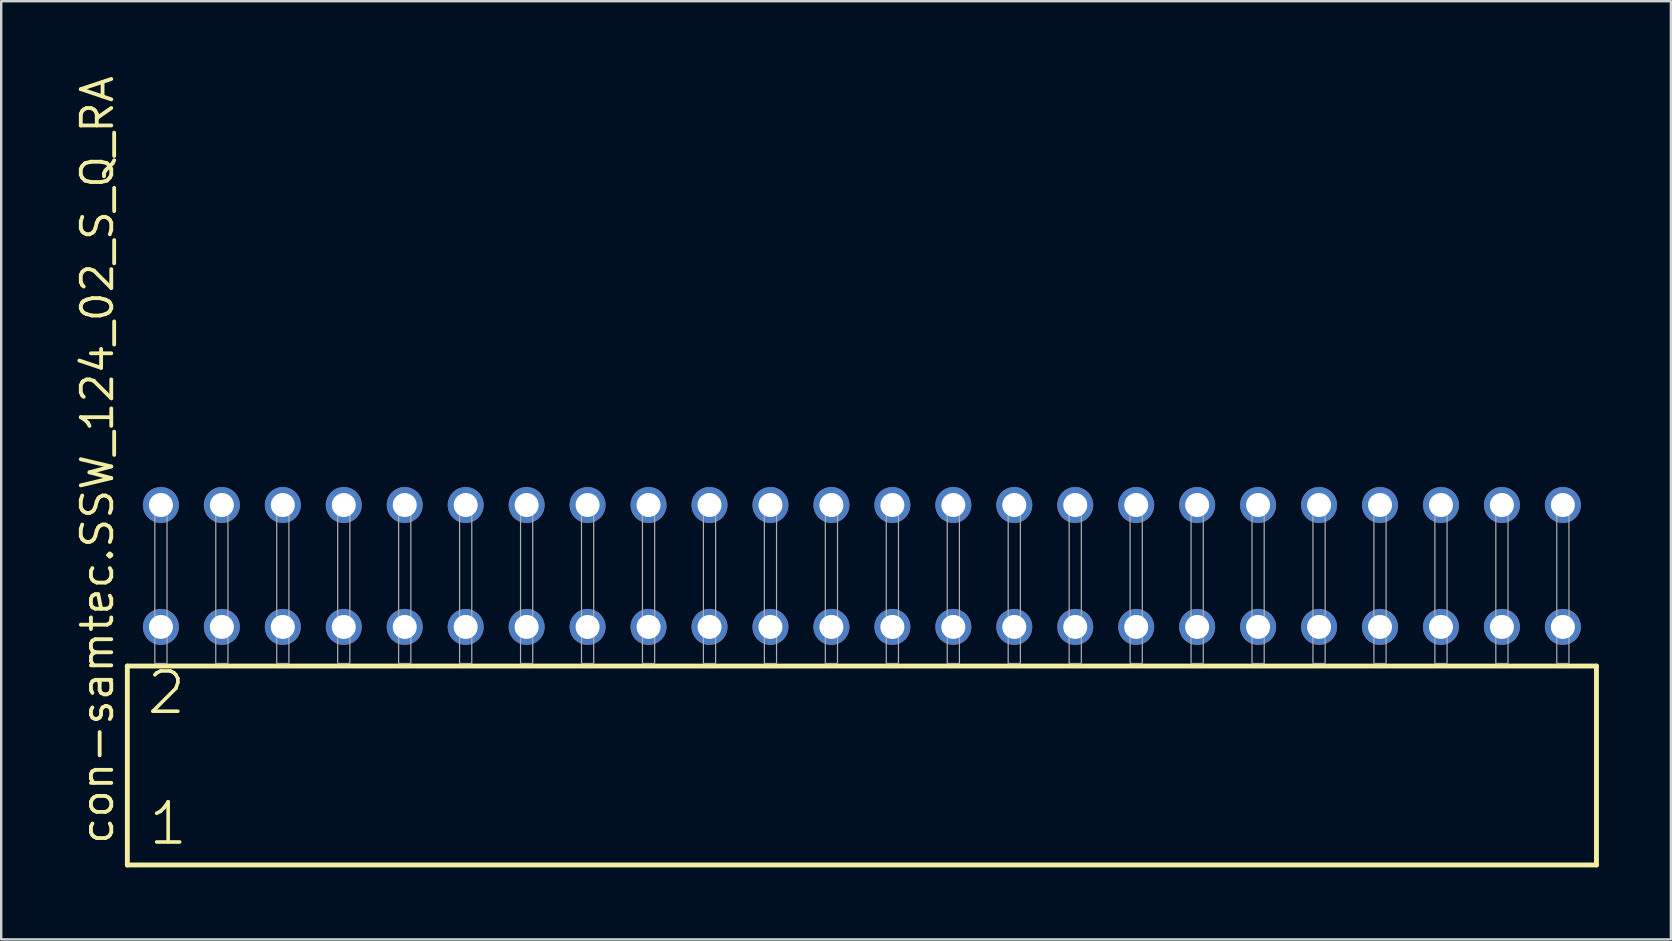
<source format=kicad_pcb>
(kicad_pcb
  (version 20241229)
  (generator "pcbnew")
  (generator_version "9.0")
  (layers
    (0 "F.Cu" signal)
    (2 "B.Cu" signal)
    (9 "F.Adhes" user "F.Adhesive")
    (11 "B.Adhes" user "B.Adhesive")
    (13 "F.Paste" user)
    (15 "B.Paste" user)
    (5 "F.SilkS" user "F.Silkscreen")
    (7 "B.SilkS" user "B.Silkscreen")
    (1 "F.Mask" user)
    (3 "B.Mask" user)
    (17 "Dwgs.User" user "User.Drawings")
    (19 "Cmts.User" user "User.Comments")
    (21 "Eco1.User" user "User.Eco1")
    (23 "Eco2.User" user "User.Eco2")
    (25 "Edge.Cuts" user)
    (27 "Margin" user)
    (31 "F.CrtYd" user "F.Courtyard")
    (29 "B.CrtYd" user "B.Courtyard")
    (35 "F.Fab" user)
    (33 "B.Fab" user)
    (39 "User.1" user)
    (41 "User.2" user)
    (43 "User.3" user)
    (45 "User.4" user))
  (footprint "con-samtec.SSW_124_02_S_Q_RA"
    (layer "F.Cu")
    (at 32.865 24.598)
    (property "Reference" "con-samtec.SSW_124_02_S_Q_RA" (at -31.115 7.62 90) (layer "F.SilkS") (effects (font (size 1.27 1.27) (thickness 0.16)) (justify left bottom)))
    (attr through_hole)
    (fp_line (start -30.609 0.106) (end -30.609 8.396) (stroke (width 0.203) (type default)) (layer "F.SilkS"))
    (fp_line (start -30.609 8.396) (end 30.609 8.396) (stroke (width 0.203) (type default)) (layer "F.SilkS"))
    (fp_line (start 30.609 0.106) (end -30.609 0.106) (stroke (width 0.203) (type default)) (layer "F.SilkS"))
    (fp_line (start 30.609 8.396) (end 30.609 0.106) (stroke (width 0.203) (type default)) (layer "F.SilkS"))
    (fp_rect (start -29.464 0) (end -28.956 -6.858) (stroke (width 0.05) (type default)) (fill no) (layer "F.Fab"))
    (fp_rect (start -26.924 0) (end -26.416 -6.858) (stroke (width 0.05) (type default)) (fill no) (layer "F.Fab"))
    (fp_rect (start -24.384 0) (end -23.876 -6.858) (stroke (width 0.05) (type default)) (fill no) (layer "F.Fab"))
    (fp_rect (start -21.844 0) (end -21.336 -6.858) (stroke (width 0.05) (type default)) (fill no) (layer "F.Fab"))
    (fp_rect (start -19.304 0) (end -18.796 -6.858) (stroke (width 0.05) (type default)) (fill no) (layer "F.Fab"))
    (fp_rect (start -16.764 0) (end -16.256 -6.858) (stroke (width 0.05) (type default)) (fill no) (layer "F.Fab"))
    (fp_rect (start -14.224 0) (end -13.716 -6.858) (stroke (width 0.05) (type default)) (fill no) (layer "F.Fab"))
    (fp_rect (start -11.684 0) (end -11.176 -6.858) (stroke (width 0.05) (type default)) (fill no) (layer "F.Fab"))
    (fp_rect (start -9.144 0) (end -8.636 -6.858) (stroke (width 0.05) (type default)) (fill no) (layer "F.Fab"))
    (fp_rect (start -6.604 0) (end -6.096 -6.858) (stroke (width 0.05) (type default)) (fill no) (layer "F.Fab"))
    (fp_rect (start -4.064 0) (end -3.556 -6.858) (stroke (width 0.05) (type default)) (fill no) (layer "F.Fab"))
    (fp_rect (start -1.524 0) (end -1.016 -6.858) (stroke (width 0.05) (type default)) (fill no) (layer "F.Fab"))
    (fp_rect (start 1.016 0) (end 1.524 -6.858) (stroke (width 0.05) (type default)) (fill no) (layer "F.Fab"))
    (fp_rect (start 3.556 0) (end 4.064 -6.858) (stroke (width 0.05) (type default)) (fill no) (layer "F.Fab"))
    (fp_rect (start 6.096 0) (end 6.604 -6.858) (stroke (width 0.05) (type default)) (fill no) (layer "F.Fab"))
    (fp_rect (start 8.636 0) (end 9.144 -6.858) (stroke (width 0.05) (type default)) (fill no) (layer "F.Fab"))
    (fp_rect (start 11.176 0) (end 11.684 -6.858) (stroke (width 0.05) (type default)) (fill no) (layer "F.Fab"))
    (fp_rect (start 13.716 0) (end 14.224 -6.858) (stroke (width 0.05) (type default)) (fill no) (layer "F.Fab"))
    (fp_rect (start 16.256 0) (end 16.764 -6.858) (stroke (width 0.05) (type default)) (fill no) (layer "F.Fab"))
    (fp_rect (start 18.796 0) (end 19.304 -6.858) (stroke (width 0.05) (type default)) (fill no) (layer "F.Fab"))
    (fp_rect (start 21.336 0) (end 21.844 -6.858) (stroke (width 0.05) (type default)) (fill no) (layer "F.Fab"))
    (fp_rect (start 23.876 0) (end 24.384 -6.858) (stroke (width 0.05) (type default)) (fill no) (layer "F.Fab"))
    (fp_rect (start 26.416 0) (end 26.924 -6.858) (stroke (width 0.05) (type default)) (fill no) (layer "F.Fab"))
    (fp_rect (start 28.956 0) (end 29.464 -6.858) (stroke (width 0.05) (type default)) (fill no) (layer "F.Fab"))
    (fp_text user "2" (at -29.88 2.2 0) (layer "F.SilkS") (effects (font (size 1.676 1.676) (thickness 0.15)) (justify left bottom)))
    (fp_text user "1" (at -29.805 7.65 0) (layer "F.SilkS") (effects (font (size 1.676 1.676) (thickness 0.15)) (justify left bottom)))
    (pad "1" thru_hole circle (at -29.21 -1.524) (size 1.5 1.5) (drill 1) (layers "*.Cu" "*.Mask"))
    (pad "2" thru_hole circle (at -29.21 -6.604) (size 1.5 1.5) (drill 1) (layers "*.Cu" "*.Mask"))
    (pad "3" thru_hole circle (at -26.67 -1.524) (size 1.5 1.5) (drill 1) (layers "*.Cu" "*.Mask"))
    (pad "4" thru_hole circle (at -26.67 -6.604) (size 1.5 1.5) (drill 1) (layers "*.Cu" "*.Mask"))
    (pad "5" thru_hole circle (at -24.13 -1.524) (size 1.5 1.5) (drill 1) (layers "*.Cu" "*.Mask"))
    (pad "6" thru_hole circle (at -24.13 -6.604) (size 1.5 1.5) (drill 1) (layers "*.Cu" "*.Mask"))
    (pad "7" thru_hole circle (at -21.59 -1.524) (size 1.5 1.5) (drill 1) (layers "*.Cu" "*.Mask"))
    (pad "8" thru_hole circle (at -21.59 -6.604) (size 1.5 1.5) (drill 1) (layers "*.Cu" "*.Mask"))
    (pad "9" thru_hole circle (at -19.05 -1.524) (size 1.5 1.5) (drill 1) (layers "*.Cu" "*.Mask"))
    (pad "10" thru_hole circle (at -19.05 -6.604) (size 1.5 1.5) (drill 1) (layers "*.Cu" "*.Mask"))
    (pad "11" thru_hole circle (at -16.51 -1.524) (size 1.5 1.5) (drill 1) (layers "*.Cu" "*.Mask"))
    (pad "12" thru_hole circle (at -16.51 -6.604) (size 1.5 1.5) (drill 1) (layers "*.Cu" "*.Mask"))
    (pad "13" thru_hole circle (at -13.97 -1.524) (size 1.5 1.5) (drill 1) (layers "*.Cu" "*.Mask"))
    (pad "14" thru_hole circle (at -13.97 -6.604) (size 1.5 1.5) (drill 1) (layers "*.Cu" "*.Mask"))
    (pad "15" thru_hole circle (at -11.43 -1.524) (size 1.5 1.5) (drill 1) (layers "*.Cu" "*.Mask"))
    (pad "16" thru_hole circle (at -11.43 -6.604) (size 1.5 1.5) (drill 1) (layers "*.Cu" "*.Mask"))
    (pad "17" thru_hole circle (at -8.89 -1.524) (size 1.5 1.5) (drill 1) (layers "*.Cu" "*.Mask"))
    (pad "18" thru_hole circle (at -8.89 -6.604) (size 1.5 1.5) (drill 1) (layers "*.Cu" "*.Mask"))
    (pad "19" thru_hole circle (at -6.35 -1.524) (size 1.5 1.5) (drill 1) (layers "*.Cu" "*.Mask"))
    (pad "20" thru_hole circle (at -6.35 -6.604) (size 1.5 1.5) (drill 1) (layers "*.Cu" "*.Mask"))
    (pad "21" thru_hole circle (at -3.81 -1.524) (size 1.5 1.5) (drill 1) (layers "*.Cu" "*.Mask"))
    (pad "22" thru_hole circle (at -3.81 -6.604) (size 1.5 1.5) (drill 1) (layers "*.Cu" "*.Mask"))
    (pad "23" thru_hole circle (at -1.27 -1.524) (size 1.5 1.5) (drill 1) (layers "*.Cu" "*.Mask"))
    (pad "24" thru_hole circle (at -1.27 -6.604) (size 1.5 1.5) (drill 1) (layers "*.Cu" "*.Mask"))
    (pad "25" thru_hole circle (at 1.27 -1.524) (size 1.5 1.5) (drill 1) (layers "*.Cu" "*.Mask"))
    (pad "26" thru_hole circle (at 1.27 -6.604) (size 1.5 1.5) (drill 1) (layers "*.Cu" "*.Mask"))
    (pad "27" thru_hole circle (at 3.81 -1.524) (size 1.5 1.5) (drill 1) (layers "*.Cu" "*.Mask"))
    (pad "28" thru_hole circle (at 3.81 -6.604) (size 1.5 1.5) (drill 1) (layers "*.Cu" "*.Mask"))
    (pad "29" thru_hole circle (at 6.35 -1.524) (size 1.5 1.5) (drill 1) (layers "*.Cu" "*.Mask"))
    (pad "30" thru_hole circle (at 6.35 -6.604) (size 1.5 1.5) (drill 1) (layers "*.Cu" "*.Mask"))
    (pad "31" thru_hole circle (at 8.89 -1.524) (size 1.5 1.5) (drill 1) (layers "*.Cu" "*.Mask"))
    (pad "32" thru_hole circle (at 8.89 -6.604) (size 1.5 1.5) (drill 1) (layers "*.Cu" "*.Mask"))
    (pad "33" thru_hole circle (at 11.43 -1.524) (size 1.5 1.5) (drill 1) (layers "*.Cu" "*.Mask"))
    (pad "34" thru_hole circle (at 11.43 -6.604) (size 1.5 1.5) (drill 1) (layers "*.Cu" "*.Mask"))
    (pad "35" thru_hole circle (at 13.97 -1.524) (size 1.5 1.5) (drill 1) (layers "*.Cu" "*.Mask"))
    (pad "36" thru_hole circle (at 13.97 -6.604) (size 1.5 1.5) (drill 1) (layers "*.Cu" "*.Mask"))
    (pad "37" thru_hole circle (at 16.51 -1.524) (size 1.5 1.5) (drill 1) (layers "*.Cu" "*.Mask"))
    (pad "38" thru_hole circle (at 16.51 -6.604) (size 1.5 1.5) (drill 1) (layers "*.Cu" "*.Mask"))
    (pad "39" thru_hole circle (at 19.05 -1.524) (size 1.5 1.5) (drill 1) (layers "*.Cu" "*.Mask"))
    (pad "40" thru_hole circle (at 19.05 -6.604) (size 1.5 1.5) (drill 1) (layers "*.Cu" "*.Mask"))
    (pad "41" thru_hole circle (at 21.59 -1.524) (size 1.5 1.5) (drill 1) (layers "*.Cu" "*.Mask"))
    (pad "42" thru_hole circle (at 21.59 -6.604) (size 1.5 1.5) (drill 1) (layers "*.Cu" "*.Mask"))
    (pad "43" thru_hole circle (at 24.13 -1.524) (size 1.5 1.5) (drill 1) (layers "*.Cu" "*.Mask"))
    (pad "44" thru_hole circle (at 24.13 -6.604) (size 1.5 1.5) (drill 1) (layers "*.Cu" "*.Mask"))
    (pad "45" thru_hole circle (at 26.67 -1.524) (size 1.5 1.5) (drill 1) (layers "*.Cu" "*.Mask"))
    (pad "46" thru_hole circle (at 26.67 -6.604) (size 1.5 1.5) (drill 1) (layers "*.Cu" "*.Mask"))
    (pad "47" thru_hole circle (at 29.21 -1.524) (size 1.5 1.5) (drill 1) (layers "*.Cu" "*.Mask"))
    (pad "48" thru_hole circle (at 29.21 -6.604) (size 1.5 1.5) (drill 1) (layers "*.Cu" "*.Mask")))
  (gr_rect
    (start -3 -3)
    (end 66.576 36.096)
    (stroke (width 0.1) (type default))
    (fill no)
    (layer "Edge.Cuts")))
</source>
